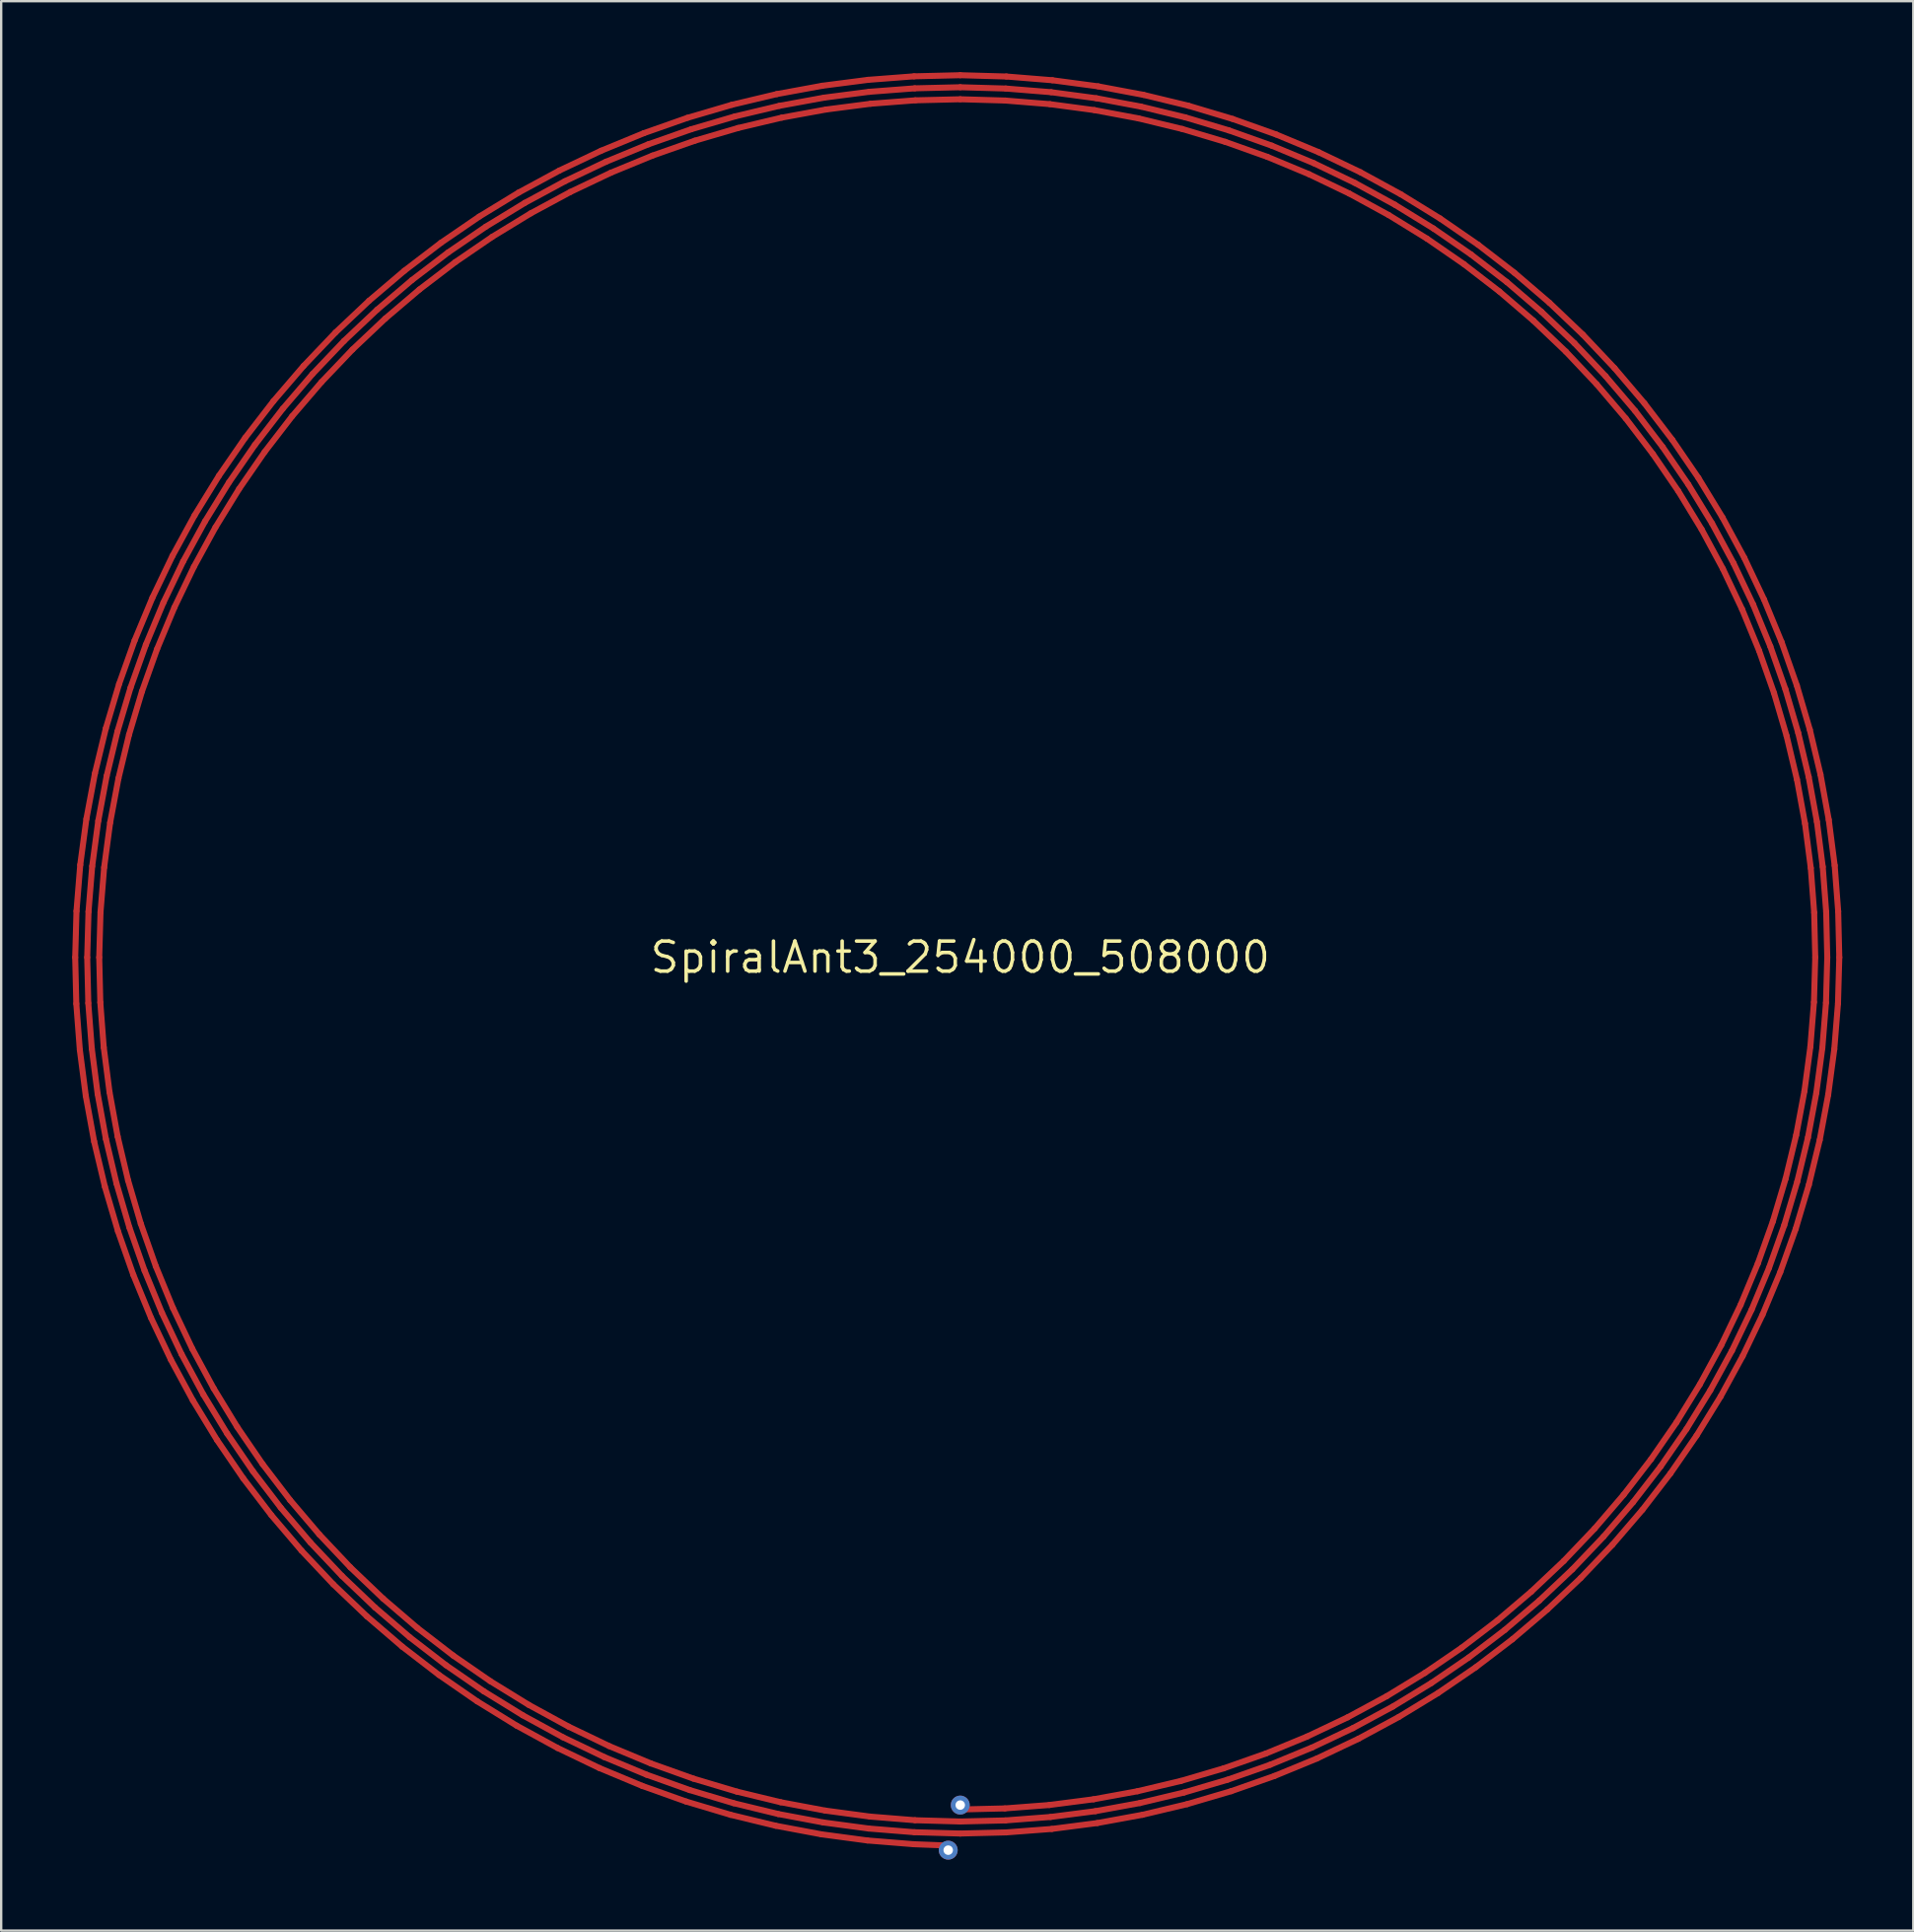
<source format=kicad_pcb>
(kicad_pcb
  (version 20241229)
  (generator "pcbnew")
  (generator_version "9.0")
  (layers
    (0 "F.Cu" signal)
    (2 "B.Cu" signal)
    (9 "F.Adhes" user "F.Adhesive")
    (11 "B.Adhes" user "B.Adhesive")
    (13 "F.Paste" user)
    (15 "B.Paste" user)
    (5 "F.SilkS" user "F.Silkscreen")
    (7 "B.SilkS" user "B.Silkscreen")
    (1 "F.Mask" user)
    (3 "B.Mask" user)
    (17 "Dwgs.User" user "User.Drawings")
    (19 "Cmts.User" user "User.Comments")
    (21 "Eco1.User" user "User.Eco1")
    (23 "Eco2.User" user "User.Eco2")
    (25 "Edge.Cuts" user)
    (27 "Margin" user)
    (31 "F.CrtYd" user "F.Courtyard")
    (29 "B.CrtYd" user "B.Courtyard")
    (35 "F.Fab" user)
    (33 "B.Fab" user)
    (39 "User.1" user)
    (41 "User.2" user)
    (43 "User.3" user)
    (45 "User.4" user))
  (footprint "SpiralAnt3_254000_508000"
    (layer "F.Cu")
    (at 37.524 37.397)
    (property "Reference" "SpiralAnt3_254000_508000" (at 0 0 0) (layer "F.SilkS") (effects (font (size 1.27 1.27) (thickness 0.15))))
    (attr through_hole)
    (fp_line (start -37.397 0) (end -37.35 1.957) (stroke (width 0.254) (type solid)) (layer "F.Cu"))
    (fp_line (start -37.35 1.957) (end -37.201 3.91) (stroke (width 0.254) (type solid)) (layer "F.Cu"))
    (fp_line (start -37.342 -1.957) (end -37.397 0) (stroke (width 0.254) (type solid)) (layer "F.Cu"))
    (fp_line (start -37.201 3.91) (end -36.949 5.852) (stroke (width 0.254) (type solid)) (layer "F.Cu"))
    (fp_line (start -37.184 -3.908) (end -37.342 -1.957) (stroke (width 0.254) (type solid)) (layer "F.Cu"))
    (fp_line (start -36.949 5.852) (end -36.596 7.779) (stroke (width 0.254) (type solid)) (layer "F.Cu"))
    (fp_line (start -36.924 -5.848) (end -37.184 -3.908) (stroke (width 0.254) (type solid)) (layer "F.Cu"))
    (fp_line (start -36.889 0) (end -36.843 1.931) (stroke (width 0.254) (type solid)) (layer "F.Cu"))
    (fp_line (start -36.843 1.931) (end -36.695 3.857) (stroke (width 0.254) (type solid)) (layer "F.Cu"))
    (fp_line (start -36.834 -1.93) (end -36.889 0) (stroke (width 0.254) (type solid)) (layer "F.Cu"))
    (fp_line (start -36.695 3.857) (end -36.447 5.773) (stroke (width 0.254) (type solid)) (layer "F.Cu"))
    (fp_line (start -36.678 -3.855) (end -36.834 -1.93) (stroke (width 0.254) (type solid)) (layer "F.Cu"))
    (fp_line (start -36.596 7.779) (end -36.143 9.685) (stroke (width 0.254) (type solid)) (layer "F.Cu"))
    (fp_line (start -36.563 -7.772) (end -36.924 -5.848) (stroke (width 0.254) (type solid)) (layer "F.Cu"))
    (fp_line (start -36.447 5.773) (end -36.099 7.673) (stroke (width 0.254) (type solid)) (layer "F.Cu"))
    (fp_line (start -36.422 -5.769) (end -36.678 -3.855) (stroke (width 0.254) (type solid)) (layer "F.Cu"))
    (fp_line (start -36.381 0) (end -36.335 1.904) (stroke (width 0.254) (type solid)) (layer "F.Cu"))
    (fp_line (start -36.335 1.904) (end -36.19 3.804) (stroke (width 0.254) (type solid)) (layer "F.Cu"))
    (fp_line (start -36.327 -1.904) (end -36.381 0) (stroke (width 0.254) (type solid)) (layer "F.Cu"))
    (fp_line (start -36.19 3.804) (end -35.946 5.693) (stroke (width 0.254) (type solid)) (layer "F.Cu"))
    (fp_line (start -36.173 -3.802) (end -36.327 -1.904) (stroke (width 0.254) (type solid)) (layer "F.Cu"))
    (fp_line (start -36.143 9.685) (end -35.591 11.564) (stroke (width 0.254) (type solid)) (layer "F.Cu"))
    (fp_line (start -36.102 -9.674) (end -36.563 -7.772) (stroke (width 0.254) (type solid)) (layer "F.Cu"))
    (fp_line (start -36.099 7.673) (end -35.652 9.553) (stroke (width 0.254) (type solid)) (layer "F.Cu"))
    (fp_line (start -36.066 -7.666) (end -36.422 -5.769) (stroke (width 0.254) (type solid)) (layer "F.Cu"))
    (fp_line (start -35.946 5.693) (end -35.603 7.568) (stroke (width 0.254) (type solid)) (layer "F.Cu"))
    (fp_line (start -35.921 -5.689) (end -36.173 -3.802) (stroke (width 0.254) (type solid)) (layer "F.Cu"))
    (fp_line (start -35.652 9.553) (end -35.108 11.407) (stroke (width 0.254) (type solid)) (layer "F.Cu"))
    (fp_line (start -35.612 -9.542) (end -36.066 -7.666) (stroke (width 0.254) (type solid)) (layer "F.Cu"))
    (fp_line (start -35.603 7.568) (end -35.162 9.422) (stroke (width 0.254) (type solid)) (layer "F.Cu"))
    (fp_line (start -35.591 11.564) (end -34.941 13.413) (stroke (width 0.254) (type solid)) (layer "F.Cu"))
    (fp_line (start -35.569 -7.561) (end -35.921 -5.689) (stroke (width 0.254) (type solid)) (layer "F.Cu"))
    (fp_line (start -35.543 -11.548) (end -36.102 -9.674) (stroke (width 0.254) (type solid)) (layer "F.Cu"))
    (fp_line (start -35.162 9.422) (end -34.625 11.25) (stroke (width 0.254) (type solid)) (layer "F.Cu"))
    (fp_line (start -35.121 -9.411) (end -35.569 -7.561) (stroke (width 0.254) (type solid)) (layer "F.Cu"))
    (fp_line (start -35.108 11.407) (end -34.467 13.23) (stroke (width 0.254) (type solid)) (layer "F.Cu"))
    (fp_line (start -35.059 -11.391) (end -35.612 -9.542) (stroke (width 0.254) (type solid)) (layer "F.Cu"))
    (fp_line (start -34.941 13.413) (end -34.195 15.225) (stroke (width 0.254) (type solid)) (layer "F.Cu"))
    (fp_line (start -34.885 -13.391) (end -35.543 -11.548) (stroke (width 0.254) (type solid)) (layer "F.Cu"))
    (fp_line (start -34.625 11.25) (end -33.992 13.048) (stroke (width 0.254) (type solid)) (layer "F.Cu"))
    (fp_line (start -34.576 -11.234) (end -35.121 -9.411) (stroke (width 0.254) (type solid)) (layer "F.Cu"))
    (fp_line (start -34.467 13.23) (end -33.731 15.018) (stroke (width 0.254) (type solid)) (layer "F.Cu"))
    (fp_line (start -34.411 -13.209) (end -35.059 -11.391) (stroke (width 0.254) (type solid)) (layer "F.Cu"))
    (fp_line (start -34.195 15.225) (end -33.355 16.995) (stroke (width 0.254) (type solid)) (layer "F.Cu"))
    (fp_line (start -34.133 -15.197) (end -34.885 -13.391) (stroke (width 0.254) (type solid)) (layer "F.Cu"))
    (fp_line (start -33.992 13.048) (end -33.267 14.811) (stroke (width 0.254) (type solid)) (layer "F.Cu"))
    (fp_line (start -33.937 -13.027) (end -34.576 -11.234) (stroke (width 0.254) (type solid)) (layer "F.Cu"))
    (fp_line (start -33.731 15.018) (end -32.902 16.765) (stroke (width 0.254) (type solid)) (layer "F.Cu"))
    (fp_line (start -33.669 -14.99) (end -34.411 -13.209) (stroke (width 0.254) (type solid)) (layer "F.Cu"))
    (fp_line (start -33.355 16.995) (end -32.423 18.72) (stroke (width 0.254) (type solid)) (layer "F.Cu"))
    (fp_line (start -33.287 -16.961) (end -34.133 -15.197) (stroke (width 0.254) (type solid)) (layer "F.Cu"))
    (fp_line (start -33.267 14.811) (end -32.45 16.534) (stroke (width 0.254) (type solid)) (layer "F.Cu"))
    (fp_line (start -33.205 -14.784) (end -33.937 -13.027) (stroke (width 0.254) (type solid)) (layer "F.Cu"))
    (fp_line (start -32.902 16.765) (end -31.983 18.466) (stroke (width 0.254) (type solid)) (layer "F.Cu"))
    (fp_line (start -32.834 -16.73) (end -33.669 -14.99) (stroke (width 0.254) (type solid)) (layer "F.Cu"))
    (fp_line (start -32.45 16.534) (end -31.544 18.212) (stroke (width 0.254) (type solid)) (layer "F.Cu"))
    (fp_line (start -32.423 18.72) (end -31.403 20.393) (stroke (width 0.254) (type solid)) (layer "F.Cu"))
    (fp_line (start -32.382 -16.499) (end -33.205 -14.784) (stroke (width 0.254) (type solid)) (layer "F.Cu"))
    (fp_line (start -32.35 -18.677) (end -33.287 -16.961) (stroke (width 0.254) (type solid)) (layer "F.Cu"))
    (fp_line (start -31.983 18.466) (end -30.977 20.117) (stroke (width 0.254) (type solid)) (layer "F.Cu"))
    (fp_line (start -31.91 -18.423) (end -32.834 -16.73) (stroke (width 0.254) (type solid)) (layer "F.Cu"))
    (fp_line (start -31.544 18.212) (end -30.551 19.84) (stroke (width 0.254) (type solid)) (layer "F.Cu"))
    (fp_line (start -31.47 -18.169) (end -32.382 -16.499) (stroke (width 0.254) (type solid)) (layer "F.Cu"))
    (fp_line (start -31.403 20.393) (end -30.296 22.011) (stroke (width 0.254) (type solid)) (layer "F.Cu"))
    (fp_line (start -31.325 -20.343) (end -32.35 -18.677) (stroke (width 0.254) (type solid)) (layer "F.Cu"))
    (fp_line (start -30.977 20.117) (end -29.885 21.713) (stroke (width 0.254) (type solid)) (layer "F.Cu"))
    (fp_line (start -30.899 -20.066) (end -31.91 -18.423) (stroke (width 0.254) (type solid)) (layer "F.Cu"))
    (fp_line (start -30.551 19.84) (end -29.474 21.414) (stroke (width 0.254) (type solid)) (layer "F.Cu"))
    (fp_line (start -30.473 -19.789) (end -31.47 -18.169) (stroke (width 0.254) (type solid)) (layer "F.Cu"))
    (fp_line (start -30.296 22.011) (end -29.106 23.569) (stroke (width 0.254) (type solid)) (layer "F.Cu"))
    (fp_line (start -30.214 -21.952) (end -31.325 -20.343) (stroke (width 0.254) (type solid)) (layer "F.Cu"))
    (fp_line (start -29.885 21.713) (end -28.711 23.25) (stroke (width 0.254) (type solid)) (layer "F.Cu"))
    (fp_line (start -29.803 -21.653) (end -30.899 -20.066) (stroke (width 0.254) (type solid)) (layer "F.Cu"))
    (fp_line (start -29.474 21.414) (end -28.316 22.93) (stroke (width 0.254) (type solid)) (layer "F.Cu"))
    (fp_line (start -29.392 -21.354) (end -30.473 -19.789) (stroke (width 0.254) (type solid)) (layer "F.Cu"))
    (fp_line (start -29.106 23.569) (end -27.835 25.063) (stroke (width 0.254) (type solid)) (layer "F.Cu"))
    (fp_line (start -29.02 -23.5) (end -30.214 -21.952) (stroke (width 0.254) (type solid)) (layer "F.Cu"))
    (fp_line (start -28.711 23.25) (end -27.458 24.723) (stroke (width 0.254) (type solid)) (layer "F.Cu"))
    (fp_line (start -28.625 -23.18) (end -29.803 -21.653) (stroke (width 0.254) (type solid)) (layer "F.Cu"))
    (fp_line (start -28.316 22.93) (end -27.08 24.383) (stroke (width 0.254) (type solid)) (layer "F.Cu"))
    (fp_line (start -28.231 -22.861) (end -29.392 -21.354) (stroke (width 0.254) (type solid)) (layer "F.Cu"))
    (fp_line (start -27.835 25.063) (end -26.489 26.489) (stroke (width 0.254) (type solid)) (layer "F.Cu"))
    (fp_line (start -27.747 -24.984) (end -29.02 -23.5) (stroke (width 0.254) (type solid)) (layer "F.Cu"))
    (fp_line (start -27.458 24.723) (end -26.129 26.129) (stroke (width 0.254) (type solid)) (layer "F.Cu"))
    (fp_line (start -27.37 -24.644) (end -28.625 -23.18) (stroke (width 0.254) (type solid)) (layer "F.Cu"))
    (fp_line (start -27.08 24.383) (end -25.77 25.77) (stroke (width 0.254) (type solid)) (layer "F.Cu"))
    (fp_line (start -26.992 -24.304) (end -28.231 -22.861) (stroke (width 0.254) (type solid)) (layer "F.Cu"))
    (fp_line (start -26.489 26.489) (end -25.069 27.842) (stroke (width 0.254) (type solid)) (layer "F.Cu"))
    (fp_line (start -26.399 -26.399) (end -27.747 -24.984) (stroke (width 0.254) (type solid)) (layer "F.Cu"))
    (fp_line (start -26.129 26.129) (end -24.729 27.464) (stroke (width 0.254) (type solid)) (layer "F.Cu"))
    (fp_line (start -26.04 -26.04) (end -27.37 -24.644) (stroke (width 0.254) (type solid)) (layer "F.Cu"))
    (fp_line (start -25.77 25.77) (end -24.389 27.087) (stroke (width 0.254) (type solid)) (layer "F.Cu"))
    (fp_line (start -25.68 -25.68) (end -26.992 -24.304) (stroke (width 0.254) (type solid)) (layer "F.Cu"))
    (fp_line (start -25.069 27.842) (end -23.58 29.119) (stroke (width 0.254) (type solid)) (layer "F.Cu"))
    (fp_line (start -24.978 -27.741) (end -26.399 -26.399) (stroke (width 0.254) (type solid)) (layer "F.Cu"))
    (fp_line (start -24.729 27.464) (end -23.26 28.724) (stroke (width 0.254) (type solid)) (layer "F.Cu"))
    (fp_line (start -24.638 -27.364) (end -26.04 -26.04) (stroke (width 0.254) (type solid)) (layer "F.Cu"))
    (fp_line (start -24.389 27.087) (end -22.941 28.329) (stroke (width 0.254) (type solid)) (layer "F.Cu"))
    (fp_line (start -24.298 -26.986) (end -25.68 -25.68) (stroke (width 0.254) (type solid)) (layer "F.Cu"))
    (fp_line (start -23.58 29.119) (end -22.026 30.316) (stroke (width 0.254) (type solid)) (layer "F.Cu"))
    (fp_line (start -23.489 -29.007) (end -24.978 -27.741) (stroke (width 0.254) (type solid)) (layer "F.Cu"))
    (fp_line (start -23.26 28.724) (end -21.728 29.905) (stroke (width 0.254) (type solid)) (layer "F.Cu"))
    (fp_line (start -23.17 -28.612) (end -24.638 -27.364) (stroke (width 0.254) (type solid)) (layer "F.Cu"))
    (fp_line (start -22.941 28.329) (end -21.429 29.494) (stroke (width 0.254) (type solid)) (layer "F.Cu"))
    (fp_line (start -22.85 -28.217) (end -24.298 -26.986) (stroke (width 0.254) (type solid)) (layer "F.Cu"))
    (fp_line (start -22.026 30.316) (end -20.412 31.431) (stroke (width 0.254) (type solid)) (layer "F.Cu"))
    (fp_line (start -21.937 -30.193) (end -23.489 -29.007) (stroke (width 0.254) (type solid)) (layer "F.Cu"))
    (fp_line (start -21.728 29.905) (end -20.135 31.005) (stroke (width 0.254) (type solid)) (layer "F.Cu"))
    (fp_line (start -21.638 -29.782) (end -23.17 -28.612) (stroke (width 0.254) (type solid)) (layer "F.Cu"))
    (fp_line (start -21.429 29.494) (end -19.858 30.579) (stroke (width 0.254) (type solid)) (layer "F.Cu"))
    (fp_line (start -21.339 -29.371) (end -22.85 -28.217) (stroke (width 0.254) (type solid)) (layer "F.Cu"))
    (fp_line (start -20.412 31.431) (end -18.741 32.46) (stroke (width 0.254) (type solid)) (layer "F.Cu"))
    (fp_line (start -20.324 -31.296) (end -21.937 -30.193) (stroke (width 0.254) (type solid)) (layer "F.Cu"))
    (fp_line (start -20.135 31.005) (end -18.487 32.02) (stroke (width 0.254) (type solid)) (layer "F.Cu"))
    (fp_line (start -20.047 -30.87) (end -21.638 -29.782) (stroke (width 0.254) (type solid)) (layer "F.Cu"))
    (fp_line (start -19.858 30.579) (end -18.233 31.58) (stroke (width 0.254) (type solid)) (layer "F.Cu"))
    (fp_line (start -19.771 -30.444) (end -21.339 -29.371) (stroke (width 0.254) (type solid)) (layer "F.Cu"))
    (fp_line (start -18.741 32.46) (end -17.018 33.4) (stroke (width 0.254) (type solid)) (layer "F.Cu"))
    (fp_line (start -18.656 -32.313) (end -20.324 -31.296) (stroke (width 0.254) (type solid)) (layer "F.Cu"))
    (fp_line (start -18.487 32.02) (end -16.788 32.948) (stroke (width 0.254) (type solid)) (layer "F.Cu"))
    (fp_line (start -18.402 -31.873) (end -20.047 -30.87) (stroke (width 0.254) (type solid)) (layer "F.Cu"))
    (fp_line (start -18.233 31.58) (end -16.557 32.495) (stroke (width 0.254) (type solid)) (layer "F.Cu"))
    (fp_line (start -18.148 -31.434) (end -19.771 -30.444) (stroke (width 0.254) (type solid)) (layer "F.Cu"))
    (fp_line (start -17.018 33.4) (end -15.249 34.249) (stroke (width 0.254) (type solid)) (layer "F.Cu"))
    (fp_line (start -16.938 -33.242) (end -18.656 -32.313) (stroke (width 0.254) (type solid)) (layer "F.Cu"))
    (fp_line (start -16.788 32.948) (end -15.042 33.785) (stroke (width 0.254) (type solid)) (layer "F.Cu"))
    (fp_line (start -16.707 -32.789) (end -18.402 -31.873) (stroke (width 0.254) (type solid)) (layer "F.Cu"))
    (fp_line (start -16.557 32.495) (end -14.835 33.321) (stroke (width 0.254) (type solid)) (layer "F.Cu"))
    (fp_line (start -16.476 -32.336) (end -18.148 -31.434) (stroke (width 0.254) (type solid)) (layer "F.Cu"))
    (fp_line (start -15.249 34.249) (end -13.437 35.004) (stroke (width 0.254) (type solid)) (layer "F.Cu"))
    (fp_line (start -15.173 -34.079) (end -16.938 -33.242) (stroke (width 0.254) (type solid)) (layer "F.Cu"))
    (fp_line (start -15.042 33.785) (end -13.255 34.53) (stroke (width 0.254) (type solid)) (layer "F.Cu"))
    (fp_line (start -14.966 -33.615) (end -16.707 -32.789) (stroke (width 0.254) (type solid)) (layer "F.Cu"))
    (fp_line (start -14.835 33.321) (end -13.073 34.055) (stroke (width 0.254) (type solid)) (layer "F.Cu"))
    (fp_line (start -14.76 -33.151) (end -16.476 -32.336) (stroke (width 0.254) (type solid)) (layer "F.Cu"))
    (fp_line (start -13.437 35.004) (end -11.588 35.663) (stroke (width 0.254) (type solid)) (layer "F.Cu"))
    (fp_line (start -13.367 -34.822) (end -15.173 -34.079) (stroke (width 0.254) (type solid)) (layer "F.Cu"))
    (fp_line (start -13.255 34.53) (end -11.431 35.18) (stroke (width 0.254) (type solid)) (layer "F.Cu"))
    (fp_line (start -13.185 -34.348) (end -14.966 -33.615) (stroke (width 0.254) (type solid)) (layer "F.Cu"))
    (fp_line (start -13.073 34.055) (end -11.274 34.697) (stroke (width 0.254) (type solid)) (layer "F.Cu"))
    (fp_line (start -13.003 -33.874) (end -14.76 -33.151) (stroke (width 0.254) (type solid)) (layer "F.Cu"))
    (fp_line (start -11.588 35.663) (end -9.706 36.225) (stroke (width 0.254) (type solid)) (layer "F.Cu"))
    (fp_line (start -11.525 -35.47) (end -13.367 -34.822) (stroke (width 0.254) (type solid)) (layer "F.Cu"))
    (fp_line (start -11.431 35.18) (end -9.575 35.734) (stroke (width 0.254) (type solid)) (layer "F.Cu"))
    (fp_line (start -11.368 -34.987) (end -13.185 -34.348) (stroke (width 0.254) (type solid)) (layer "F.Cu"))
    (fp_line (start -11.274 34.697) (end -9.443 35.244) (stroke (width 0.254) (type solid)) (layer "F.Cu"))
    (fp_line (start -11.211 -34.504) (end -13.003 -33.874) (stroke (width 0.254) (type solid)) (layer "F.Cu"))
    (fp_line (start -9.706 36.225) (end -7.798 36.687) (stroke (width 0.254) (type solid)) (layer "F.Cu"))
    (fp_line (start -9.652 -36.02) (end -11.525 -35.47) (stroke (width 0.254) (type solid)) (layer "F.Cu"))
    (fp_line (start -9.575 35.734) (end -7.693 36.191) (stroke (width 0.254) (type solid)) (layer "F.Cu"))
    (fp_line (start -9.52 -35.53) (end -11.368 -34.987) (stroke (width 0.254) (type solid)) (layer "F.Cu"))
    (fp_line (start -9.443 35.244) (end -7.587 35.694) (stroke (width 0.254) (type solid)) (layer "F.Cu"))
    (fp_line (start -9.389 -35.039) (end -11.211 -34.504) (stroke (width 0.254) (type solid)) (layer "F.Cu"))
    (fp_line (start -7.798 36.687) (end -5.868 37.049) (stroke (width 0.254) (type solid)) (layer "F.Cu"))
    (fp_line (start -7.752 -36.472) (end -9.652 -36.02) (stroke (width 0.254) (type solid)) (layer "F.Cu"))
    (fp_line (start -7.693 36.191) (end -5.789 36.548) (stroke (width 0.254) (type solid)) (layer "F.Cu"))
    (fp_line (start -7.647 -35.975) (end -9.52 -35.53) (stroke (width 0.254) (type solid)) (layer "F.Cu"))
    (fp_line (start -7.587 35.694) (end -5.709 36.046) (stroke (width 0.254) (type solid)) (layer "F.Cu"))
    (fp_line (start -7.541 -35.478) (end -9.389 -35.039) (stroke (width 0.254) (type solid)) (layer "F.Cu"))
    (fp_line (start -5.868 37.049) (end -3.921 37.31) (stroke (width 0.254) (type solid)) (layer "F.Cu"))
    (fp_line (start -5.832 -36.824) (end -7.752 -36.472) (stroke (width 0.254) (type solid)) (layer "F.Cu"))
    (fp_line (start -5.789 36.548) (end -3.868 36.805) (stroke (width 0.254) (type solid)) (layer "F.Cu"))
    (fp_line (start -5.753 -36.322) (end -7.647 -35.975) (stroke (width 0.254) (type solid)) (layer "F.Cu"))
    (fp_line (start -5.709 36.046) (end -3.815 36.3) (stroke (width 0.254) (type solid)) (layer "F.Cu"))
    (fp_line (start -5.673 -35.82) (end -7.541 -35.478) (stroke (width 0.254) (type solid)) (layer "F.Cu"))
    (fp_line (start -3.921 37.31) (end -1.964 37.468) (stroke (width 0.254) (type solid)) (layer "F.Cu"))
    (fp_line (start -3.897 -37.074) (end -5.832 -36.824) (stroke (width 0.254) (type solid)) (layer "F.Cu"))
    (fp_line (start -3.868 36.805) (end -1.937 36.961) (stroke (width 0.254) (type solid)) (layer "F.Cu"))
    (fp_line (start -3.844 -36.569) (end -5.753 -36.322) (stroke (width 0.254) (type solid)) (layer "F.Cu"))
    (fp_line (start -3.815 36.3) (end -1.91 36.454) (stroke (width 0.254) (type solid)) (layer "F.Cu"))
    (fp_line (start -3.79 -36.064) (end -5.673 -35.82) (stroke (width 0.254) (type solid)) (layer "F.Cu"))
    (fp_line (start -1.964 37.468) (end -0.508 37.524) (stroke (width 0.254) (type solid)) (layer "F.Cu"))
    (fp_line (start -1.951 -37.223) (end -3.897 -37.074) (stroke (width 0.254) (type solid)) (layer "F.Cu"))
    (fp_line (start -1.937 36.961) (end 0 37.016) (stroke (width 0.254) (type solid)) (layer "F.Cu"))
    (fp_line (start -1.924 -36.716) (end -3.844 -36.569) (stroke (width 0.254) (type solid)) (layer "F.Cu"))
    (fp_line (start -1.91 36.454) (end 0 36.508) (stroke (width 0.254) (type solid)) (layer "F.Cu"))
    (fp_line (start -1.898 -36.209) (end -3.79 -36.064) (stroke (width 0.254) (type solid)) (layer "F.Cu"))
    (fp_line (start 0 -37.27) (end -1.951 -37.223) (stroke (width 0.254) (type solid)) (layer "F.Cu"))
    (fp_line (start 0 -36.762) (end -1.924 -36.716) (stroke (width 0.254) (type solid)) (layer "F.Cu"))
    (fp_line (start 0 -36.254) (end -1.898 -36.209) (stroke (width 0.254) (type solid)) (layer "F.Cu"))
    (fp_line (start 0 36) (end 1.884 35.955) (stroke (width 0.254) (type solid)) (layer "F.Cu"))
    (fp_line (start 0 36.508) (end 1.911 36.462) (stroke (width 0.254) (type solid)) (layer "F.Cu"))
    (fp_line (start 0 37.016) (end 1.937 36.969) (stroke (width 0.254) (type solid)) (layer "F.Cu"))
    (fp_line (start 1.884 35.955) (end 3.764 35.811) (stroke (width 0.254) (type solid)) (layer "F.Cu"))
    (fp_line (start 1.897 -36.2) (end 0 -36.254) (stroke (width 0.254) (type solid)) (layer "F.Cu"))
    (fp_line (start 1.911 36.462) (end 3.817 36.316) (stroke (width 0.254) (type solid)) (layer "F.Cu"))
    (fp_line (start 1.924 -36.707) (end 0 -36.762) (stroke (width 0.254) (type solid)) (layer "F.Cu"))
    (fp_line (start 1.937 36.969) (end 3.87 36.822) (stroke (width 0.254) (type solid)) (layer "F.Cu"))
    (fp_line (start 1.95 -37.215) (end 0 -37.27) (stroke (width 0.254) (type solid)) (layer "F.Cu"))
    (fp_line (start 3.764 35.811) (end 5.634 35.569) (stroke (width 0.254) (type solid)) (layer "F.Cu"))
    (fp_line (start 3.789 -36.047) (end 1.897 -36.2) (stroke (width 0.254) (type solid)) (layer "F.Cu"))
    (fp_line (start 3.817 36.316) (end 5.713 36.071) (stroke (width 0.254) (type solid)) (layer "F.Cu"))
    (fp_line (start 3.842 -36.552) (end 1.924 -36.707) (stroke (width 0.254) (type solid)) (layer "F.Cu"))
    (fp_line (start 3.87 36.822) (end 5.793 36.573) (stroke (width 0.254) (type solid)) (layer "F.Cu"))
    (fp_line (start 3.895 -37.057) (end 1.95 -37.215) (stroke (width 0.254) (type solid)) (layer "F.Cu"))
    (fp_line (start 5.634 35.569) (end 7.488 35.23) (stroke (width 0.254) (type solid)) (layer "F.Cu"))
    (fp_line (start 5.669 -35.795) (end 3.789 -36.047) (stroke (width 0.254) (type solid)) (layer "F.Cu"))
    (fp_line (start 5.713 36.071) (end 7.594 35.727) (stroke (width 0.254) (type solid)) (layer "F.Cu"))
    (fp_line (start 5.749 -36.297) (end 3.842 -36.552) (stroke (width 0.254) (type solid)) (layer "F.Cu"))
    (fp_line (start 5.793 36.573) (end 7.7 36.224) (stroke (width 0.254) (type solid)) (layer "F.Cu"))
    (fp_line (start 5.828 -36.799) (end 3.895 -37.057) (stroke (width 0.254) (type solid)) (layer "F.Cu"))
    (fp_line (start 7.488 35.23) (end 9.323 34.794) (stroke (width 0.254) (type solid)) (layer "F.Cu"))
    (fp_line (start 7.534 -35.445) (end 5.669 -35.795) (stroke (width 0.254) (type solid)) (layer "F.Cu"))
    (fp_line (start 7.594 35.727) (end 9.454 35.284) (stroke (width 0.254) (type solid)) (layer "F.Cu"))
    (fp_line (start 7.64 -35.942) (end 5.749 -36.297) (stroke (width 0.254) (type solid)) (layer "F.Cu"))
    (fp_line (start 7.7 36.224) (end 9.586 35.775) (stroke (width 0.254) (type solid)) (layer "F.Cu"))
    (fp_line (start 7.745 -36.439) (end 5.828 -36.799) (stroke (width 0.254) (type solid)) (layer "F.Cu"))
    (fp_line (start 9.323 34.794) (end 11.132 34.262) (stroke (width 0.254) (type solid)) (layer "F.Cu"))
    (fp_line (start 9.378 -34.998) (end 7.534 -35.445) (stroke (width 0.254) (type solid)) (layer "F.Cu"))
    (fp_line (start 9.454 35.284) (end 11.289 34.745) (stroke (width 0.254) (type solid)) (layer "F.Cu"))
    (fp_line (start 9.509 -35.489) (end 7.64 -35.942) (stroke (width 0.254) (type solid)) (layer "F.Cu"))
    (fp_line (start 9.586 35.775) (end 11.446 35.228) (stroke (width 0.254) (type solid)) (layer "F.Cu"))
    (fp_line (start 9.641 -35.98) (end 7.745 -36.439) (stroke (width 0.254) (type solid)) (layer "F.Cu"))
    (fp_line (start 11.132 34.262) (end 12.912 33.637) (stroke (width 0.254) (type solid)) (layer "F.Cu"))
    (fp_line (start 11.195 -34.455) (end 9.378 -34.998) (stroke (width 0.254) (type solid)) (layer "F.Cu"))
    (fp_line (start 11.289 34.745) (end 13.094 34.111) (stroke (width 0.254) (type solid)) (layer "F.Cu"))
    (fp_line (start 11.352 -34.939) (end 9.509 -35.489) (stroke (width 0.254) (type solid)) (layer "F.Cu"))
    (fp_line (start 11.446 35.228) (end 13.276 34.585) (stroke (width 0.254) (type solid)) (layer "F.Cu"))
    (fp_line (start 11.509 -35.422) (end 9.641 -35.98) (stroke (width 0.254) (type solid)) (layer "F.Cu"))
    (fp_line (start 12.912 33.637) (end 14.656 32.919) (stroke (width 0.254) (type solid)) (layer "F.Cu"))
    (fp_line (start 12.982 -33.818) (end 11.195 -34.455) (stroke (width 0.254) (type solid)) (layer "F.Cu"))
    (fp_line (start 13.094 34.111) (end 14.863 33.383) (stroke (width 0.254) (type solid)) (layer "F.Cu"))
    (fp_line (start 13.164 -34.293) (end 11.352 -34.939) (stroke (width 0.254) (type solid)) (layer "F.Cu"))
    (fp_line (start 13.276 34.585) (end 15.07 33.847) (stroke (width 0.254) (type solid)) (layer "F.Cu"))
    (fp_line (start 13.346 -34.767) (end 11.509 -35.422) (stroke (width 0.254) (type solid)) (layer "F.Cu"))
    (fp_line (start 14.656 32.919) (end 16.361 32.11) (stroke (width 0.254) (type solid)) (layer "F.Cu"))
    (fp_line (start 14.732 -33.089) (end 12.982 -33.818) (stroke (width 0.254) (type solid)) (layer "F.Cu"))
    (fp_line (start 14.863 33.383) (end 16.592 32.563) (stroke (width 0.254) (type solid)) (layer "F.Cu"))
    (fp_line (start 14.939 -33.553) (end 13.164 -34.293) (stroke (width 0.254) (type solid)) (layer "F.Cu"))
    (fp_line (start 15.07 33.847) (end 16.822 33.015) (stroke (width 0.254) (type solid)) (layer "F.Cu"))
    (fp_line (start 15.145 -34.017) (end 13.346 -34.767) (stroke (width 0.254) (type solid)) (layer "F.Cu"))
    (fp_line (start 16.361 32.11) (end 18.021 31.214) (stroke (width 0.254) (type solid)) (layer "F.Cu"))
    (fp_line (start 16.442 -32.269) (end 14.732 -33.089) (stroke (width 0.254) (type solid)) (layer "F.Cu"))
    (fp_line (start 16.592 32.563) (end 18.275 31.654) (stroke (width 0.254) (type solid)) (layer "F.Cu"))
    (fp_line (start 16.672 -32.721) (end 14.939 -33.553) (stroke (width 0.254) (type solid)) (layer "F.Cu"))
    (fp_line (start 16.822 33.015) (end 18.529 32.093) (stroke (width 0.254) (type solid)) (layer "F.Cu"))
    (fp_line (start 16.903 -33.174) (end 15.145 -34.017) (stroke (width 0.254) (type solid)) (layer "F.Cu"))
    (fp_line (start 18.021 31.214) (end 19.632 30.231) (stroke (width 0.254) (type solid)) (layer "F.Cu"))
    (fp_line (start 18.106 -31.36) (end 16.442 -32.269) (stroke (width 0.254) (type solid)) (layer "F.Cu"))
    (fp_line (start 18.275 31.654) (end 19.909 30.657) (stroke (width 0.254) (type solid)) (layer "F.Cu"))
    (fp_line (start 18.36 -31.8) (end 16.672 -32.721) (stroke (width 0.254) (type solid)) (layer "F.Cu"))
    (fp_line (start 18.529 32.093) (end 20.186 31.083) (stroke (width 0.254) (type solid)) (layer "F.Cu"))
    (fp_line (start 18.614 -32.24) (end 16.903 -33.174) (stroke (width 0.254) (type solid)) (layer "F.Cu"))
    (fp_line (start 19.632 30.231) (end 21.19 29.166) (stroke (width 0.254) (type solid)) (layer "F.Cu"))
    (fp_line (start 19.72 -30.366) (end 18.106 -31.36) (stroke (width 0.254) (type solid)) (layer "F.Cu"))
    (fp_line (start 19.909 30.657) (end 21.489 29.577) (stroke (width 0.254) (type solid)) (layer "F.Cu"))
    (fp_line (start 19.997 -30.792) (end 18.36 -31.8) (stroke (width 0.254) (type solid)) (layer "F.Cu"))
    (fp_line (start 20.186 31.083) (end 21.787 29.988) (stroke (width 0.254) (type solid)) (layer "F.Cu"))
    (fp_line (start 20.273 -31.218) (end 18.614 -32.24) (stroke (width 0.254) (type solid)) (layer "F.Cu"))
    (fp_line (start 21.19 29.166) (end 22.69 28.02) (stroke (width 0.254) (type solid)) (layer "F.Cu"))
    (fp_line (start 21.28 -29.289) (end 19.72 -30.366) (stroke (width 0.254) (type solid)) (layer "F.Cu"))
    (fp_line (start 21.489 29.577) (end 23.01 28.415) (stroke (width 0.254) (type solid)) (layer "F.Cu"))
    (fp_line (start 21.578 -29.7) (end 19.997 -30.792) (stroke (width 0.254) (type solid)) (layer "F.Cu"))
    (fp_line (start 21.787 29.988) (end 23.33 28.81) (stroke (width 0.254) (type solid)) (layer "F.Cu"))
    (fp_line (start 21.877 -30.111) (end 20.273 -31.218) (stroke (width 0.254) (type solid)) (layer "F.Cu"))
    (fp_line (start 22.69 28.02) (end 24.128 26.797) (stroke (width 0.254) (type solid)) (layer "F.Cu"))
    (fp_line (start 22.781 -28.132) (end 21.28 -29.289) (stroke (width 0.254) (type solid)) (layer "F.Cu"))
    (fp_line (start 23.01 28.415) (end 24.468 27.175) (stroke (width 0.254) (type solid)) (layer "F.Cu"))
    (fp_line (start 23.1 -28.527) (end 21.578 -29.7) (stroke (width 0.254) (type solid)) (layer "F.Cu"))
    (fp_line (start 23.33 28.81) (end 24.808 27.552) (stroke (width 0.254) (type solid)) (layer "F.Cu"))
    (fp_line (start 23.42 -28.921) (end 21.877 -30.111) (stroke (width 0.254) (type solid)) (layer "F.Cu"))
    (fp_line (start 24.128 26.797) (end 25.501 25.501) (stroke (width 0.254) (type solid)) (layer "F.Cu"))
    (fp_line (start 24.219 -26.898) (end 22.781 -28.132) (stroke (width 0.254) (type solid)) (layer "F.Cu"))
    (fp_line (start 24.468 27.175) (end 25.86 25.86) (stroke (width 0.254) (type solid)) (layer "F.Cu"))
    (fp_line (start 24.559 -27.275) (end 23.1 -28.527) (stroke (width 0.254) (type solid)) (layer "F.Cu"))
    (fp_line (start 24.808 27.552) (end 26.219 26.219) (stroke (width 0.254) (type solid)) (layer "F.Cu"))
    (fp_line (start 24.899 -27.653) (end 23.42 -28.921) (stroke (width 0.254) (type solid)) (layer "F.Cu"))
    (fp_line (start 25.501 25.501) (end 26.804 24.134) (stroke (width 0.254) (type solid)) (layer "F.Cu"))
    (fp_line (start 25.591 -25.591) (end 24.219 -26.898) (stroke (width 0.254) (type solid)) (layer "F.Cu"))
    (fp_line (start 25.86 25.86) (end 27.181 24.474) (stroke (width 0.254) (type solid)) (layer "F.Cu"))
    (fp_line (start 25.95 -25.95) (end 24.559 -27.275) (stroke (width 0.254) (type solid)) (layer "F.Cu"))
    (fp_line (start 26.219 26.219) (end 27.559 24.814) (stroke (width 0.254) (type solid)) (layer "F.Cu"))
    (fp_line (start 26.309 -26.309) (end 24.899 -27.653) (stroke (width 0.254) (type solid)) (layer "F.Cu"))
    (fp_line (start 26.804 24.134) (end 28.033 22.701) (stroke (width 0.254) (type solid)) (layer "F.Cu"))
    (fp_line (start 26.892 -24.213) (end 25.591 -25.591) (stroke (width 0.254) (type solid)) (layer "F.Cu"))
    (fp_line (start 27.181 24.474) (end 28.428 23.021) (stroke (width 0.254) (type solid)) (layer "F.Cu"))
    (fp_line (start 27.269 -24.553) (end 25.95 -25.95) (stroke (width 0.254) (type solid)) (layer "F.Cu"))
    (fp_line (start 27.559 24.814) (end 28.823 23.34) (stroke (width 0.254) (type solid)) (layer "F.Cu"))
    (fp_line (start 27.647 -24.893) (end 26.309 -26.309) (stroke (width 0.254) (type solid)) (layer "F.Cu"))
    (fp_line (start 28.033 22.701) (end 29.186 21.205) (stroke (width 0.254) (type solid)) (layer "F.Cu"))
    (fp_line (start 28.119 -22.77) (end 26.892 -24.213) (stroke (width 0.254) (type solid)) (layer "F.Cu"))
    (fp_line (start 28.428 23.021) (end 29.597 21.504) (stroke (width 0.254) (type solid)) (layer "F.Cu"))
    (fp_line (start 28.514 -23.09) (end 27.269 -24.553) (stroke (width 0.254) (type solid)) (layer "F.Cu"))
    (fp_line (start 28.823 23.34) (end 30.008 21.802) (stroke (width 0.254) (type solid)) (layer "F.Cu"))
    (fp_line (start 28.908 -23.409) (end 27.647 -24.893) (stroke (width 0.254) (type solid)) (layer "F.Cu"))
    (fp_line (start 29.186 21.205) (end 30.26 19.651) (stroke (width 0.254) (type solid)) (layer "F.Cu"))
    (fp_line (start 29.268 -21.265) (end 28.119 -22.77) (stroke (width 0.254) (type solid)) (layer "F.Cu"))
    (fp_line (start 29.597 21.504) (end 30.686 19.927) (stroke (width 0.254) (type solid)) (layer "F.Cu"))
    (fp_line (start 29.679 -21.563) (end 28.514 -23.09) (stroke (width 0.254) (type solid)) (layer "F.Cu"))
    (fp_line (start 30.008 21.802) (end 31.112 20.204) (stroke (width 0.254) (type solid)) (layer "F.Cu"))
    (fp_line (start 30.09 -21.862) (end 28.908 -23.409) (stroke (width 0.254) (type solid)) (layer "F.Cu"))
    (fp_line (start 30.26 19.651) (end 31.25 18.042) (stroke (width 0.254) (type solid)) (layer "F.Cu"))
    (fp_line (start 30.338 -19.702) (end 29.268 -21.265) (stroke (width 0.254) (type solid)) (layer "F.Cu"))
    (fp_line (start 30.686 19.927) (end 31.69 18.296) (stroke (width 0.254) (type solid)) (layer "F.Cu"))
    (fp_line (start 30.764 -19.978) (end 29.679 -21.563) (stroke (width 0.254) (type solid)) (layer "F.Cu"))
    (fp_line (start 31.112 20.204) (end 32.13 18.55) (stroke (width 0.254) (type solid)) (layer "F.Cu"))
    (fp_line (start 31.19 -20.255) (end 30.09 -21.862) (stroke (width 0.254) (type solid)) (layer "F.Cu"))
    (fp_line (start 31.25 18.042) (end 32.155 16.384) (stroke (width 0.254) (type solid)) (layer "F.Cu"))
    (fp_line (start 31.324 -18.085) (end 30.338 -19.702) (stroke (width 0.254) (type solid)) (layer "F.Cu"))
    (fp_line (start 31.69 18.296) (end 32.608 16.615) (stroke (width 0.254) (type solid)) (layer "F.Cu"))
    (fp_line (start 31.764 -18.339) (end 30.764 -19.978) (stroke (width 0.254) (type solid)) (layer "F.Cu"))
    (fp_line (start 32.13 18.55) (end 33.061 16.845) (stroke (width 0.254) (type solid)) (layer "F.Cu"))
    (fp_line (start 32.155 16.384) (end 32.973 14.68) (stroke (width 0.254) (type solid)) (layer "F.Cu"))
    (fp_line (start 32.203 -18.593) (end 31.19 -20.255) (stroke (width 0.254) (type solid)) (layer "F.Cu"))
    (fp_line (start 32.223 -16.419) (end 31.324 -18.085) (stroke (width 0.254) (type solid)) (layer "F.Cu"))
    (fp_line (start 32.608 16.615) (end 33.437 14.887) (stroke (width 0.254) (type solid)) (layer "F.Cu"))
    (fp_line (start 32.676 -16.649) (end 31.764 -18.339) (stroke (width 0.254) (type solid)) (layer "F.Cu"))
    (fp_line (start 32.973 14.68) (end 33.7 12.936) (stroke (width 0.254) (type solid)) (layer "F.Cu"))
    (fp_line (start 33.035 -14.708) (end 32.223 -16.419) (stroke (width 0.254) (type solid)) (layer "F.Cu"))
    (fp_line (start 33.061 16.845) (end 33.901 15.094) (stroke (width 0.254) (type solid)) (layer "F.Cu"))
    (fp_line (start 33.129 -16.88) (end 32.203 -18.593) (stroke (width 0.254) (type solid)) (layer "F.Cu"))
    (fp_line (start 33.437 14.887) (end 34.174 13.118) (stroke (width 0.254) (type solid)) (layer "F.Cu"))
    (fp_line (start 33.499 -14.915) (end 32.676 -16.649) (stroke (width 0.254) (type solid)) (layer "F.Cu"))
    (fp_line (start 33.7 12.936) (end 34.335 11.156) (stroke (width 0.254) (type solid)) (layer "F.Cu"))
    (fp_line (start 33.755 -12.957) (end 33.035 -14.708) (stroke (width 0.254) (type solid)) (layer "F.Cu"))
    (fp_line (start 33.901 15.094) (end 34.648 13.3) (stroke (width 0.254) (type solid)) (layer "F.Cu"))
    (fp_line (start 33.963 -15.121) (end 33.129 -16.88) (stroke (width 0.254) (type solid)) (layer "F.Cu"))
    (fp_line (start 34.174 13.118) (end 34.818 11.313) (stroke (width 0.254) (type solid)) (layer "F.Cu"))
    (fp_line (start 34.229 -13.139) (end 33.499 -14.915) (stroke (width 0.254) (type solid)) (layer "F.Cu"))
    (fp_line (start 34.335 11.156) (end 34.876 9.345) (stroke (width 0.254) (type solid)) (layer "F.Cu"))
    (fp_line (start 34.383 -11.172) (end 33.755 -12.957) (stroke (width 0.254) (type solid)) (layer "F.Cu"))
    (fp_line (start 34.648 13.3) (end 35.301 11.47) (stroke (width 0.254) (type solid)) (layer "F.Cu"))
    (fp_line (start 34.704 -13.321) (end 33.963 -15.121) (stroke (width 0.254) (type solid)) (layer "F.Cu"))
    (fp_line (start 34.818 11.313) (end 35.366 9.476) (stroke (width 0.254) (type solid)) (layer "F.Cu"))
    (fp_line (start 34.866 -11.329) (end 34.229 -13.139) (stroke (width 0.254) (type solid)) (layer "F.Cu"))
    (fp_line (start 34.876 9.345) (end 35.321 7.508) (stroke (width 0.254) (type solid)) (layer "F.Cu"))
    (fp_line (start 34.916 -9.356) (end 34.383 -11.172) (stroke (width 0.254) (type solid)) (layer "F.Cu"))
    (fp_line (start 35.301 11.47) (end 35.857 9.608) (stroke (width 0.254) (type solid)) (layer "F.Cu"))
    (fp_line (start 35.321 7.508) (end 35.67 5.65) (stroke (width 0.254) (type solid)) (layer "F.Cu"))
    (fp_line (start 35.349 -11.486) (end 34.704 -13.321) (stroke (width 0.254) (type solid)) (layer "F.Cu"))
    (fp_line (start 35.354 -7.515) (end 34.916 -9.356) (stroke (width 0.254) (type solid)) (layer "F.Cu"))
    (fp_line (start 35.366 9.476) (end 35.818 7.613) (stroke (width 0.254) (type solid)) (layer "F.Cu"))
    (fp_line (start 35.407 -9.487) (end 34.866 -11.329) (stroke (width 0.254) (type solid)) (layer "F.Cu"))
    (fp_line (start 35.67 5.65) (end 35.921 3.775) (stroke (width 0.254) (type solid)) (layer "F.Cu"))
    (fp_line (start 35.695 -5.653) (end 35.354 -7.515) (stroke (width 0.254) (type solid)) (layer "F.Cu"))
    (fp_line (start 35.818 7.613) (end 36.171 5.729) (stroke (width 0.254) (type solid)) (layer "F.Cu"))
    (fp_line (start 35.851 -7.62) (end 35.407 -9.487) (stroke (width 0.254) (type solid)) (layer "F.Cu"))
    (fp_line (start 35.857 9.608) (end 36.315 7.719) (stroke (width 0.254) (type solid)) (layer "F.Cu"))
    (fp_line (start 35.898 -9.619) (end 35.349 -11.486) (stroke (width 0.254) (type solid)) (layer "F.Cu"))
    (fp_line (start 35.921 3.775) (end 36.073 1.891) (stroke (width 0.254) (type solid)) (layer "F.Cu"))
    (fp_line (start 35.938 -3.777) (end 35.695 -5.653) (stroke (width 0.254) (type solid)) (layer "F.Cu"))
    (fp_line (start 36.073 1.891) (end 36.127 0) (stroke (width 0.254) (type solid)) (layer "F.Cu"))
    (fp_line (start 36.082 -1.891) (end 35.938 -3.777) (stroke (width 0.254) (type solid)) (layer "F.Cu"))
    (fp_line (start 36.127 0) (end 36.082 -1.891) (stroke (width 0.254) (type solid)) (layer "F.Cu"))
    (fp_line (start 36.171 5.729) (end 36.426 3.829) (stroke (width 0.254) (type solid)) (layer "F.Cu"))
    (fp_line (start 36.197 -5.733) (end 35.851 -7.62) (stroke (width 0.254) (type solid)) (layer "F.Cu"))
    (fp_line (start 36.315 7.719) (end 36.673 5.808) (stroke (width 0.254) (type solid)) (layer "F.Cu"))
    (fp_line (start 36.348 -7.726) (end 35.898 -9.619) (stroke (width 0.254) (type solid)) (layer "F.Cu"))
    (fp_line (start 36.426 3.829) (end 36.581 1.917) (stroke (width 0.254) (type solid)) (layer "F.Cu"))
    (fp_line (start 36.443 -3.83) (end 36.197 -5.733) (stroke (width 0.254) (type solid)) (layer "F.Cu"))
    (fp_line (start 36.581 1.917) (end 36.635 0) (stroke (width 0.254) (type solid)) (layer "F.Cu"))
    (fp_line (start 36.589 -1.918) (end 36.443 -3.83) (stroke (width 0.254) (type solid)) (layer "F.Cu"))
    (fp_line (start 36.635 0) (end 36.589 -1.918) (stroke (width 0.254) (type solid)) (layer "F.Cu"))
    (fp_line (start 36.673 5.808) (end 36.931 3.882) (stroke (width 0.254) (type solid)) (layer "F.Cu"))
    (fp_line (start 36.698 -5.812) (end 36.348 -7.726) (stroke (width 0.254) (type solid)) (layer "F.Cu"))
    (fp_line (start 36.931 3.882) (end 37.088 1.944) (stroke (width 0.254) (type solid)) (layer "F.Cu"))
    (fp_line (start 36.948 -3.883) (end 36.698 -5.812) (stroke (width 0.254) (type solid)) (layer "F.Cu"))
    (fp_line (start 37.088 1.944) (end 37.143 0) (stroke (width 0.254) (type solid)) (layer "F.Cu"))
    (fp_line (start 37.096 -1.944) (end 36.948 -3.883) (stroke (width 0.254) (type solid)) (layer "F.Cu"))
    (fp_line (start 37.143 0) (end 37.096 -1.944) (stroke (width 0.254) (type solid)) (layer "F.Cu"))
    (pad "1" thru_hole circle (at 0 35.814) (size 0.8 0.8) (drill 0.4) (layers "*.Cu"))
    (pad "2" thru_hole circle (at -0.508 37.719) (size 0.8 0.8) (drill 0.4) (layers "*.Cu")))
  (gr_rect
    (start -3 -3)
    (end 77.794 78.516)
    (stroke (width 0.1) (type default))
    (fill no)
    (layer "Edge.Cuts")))
</source>
